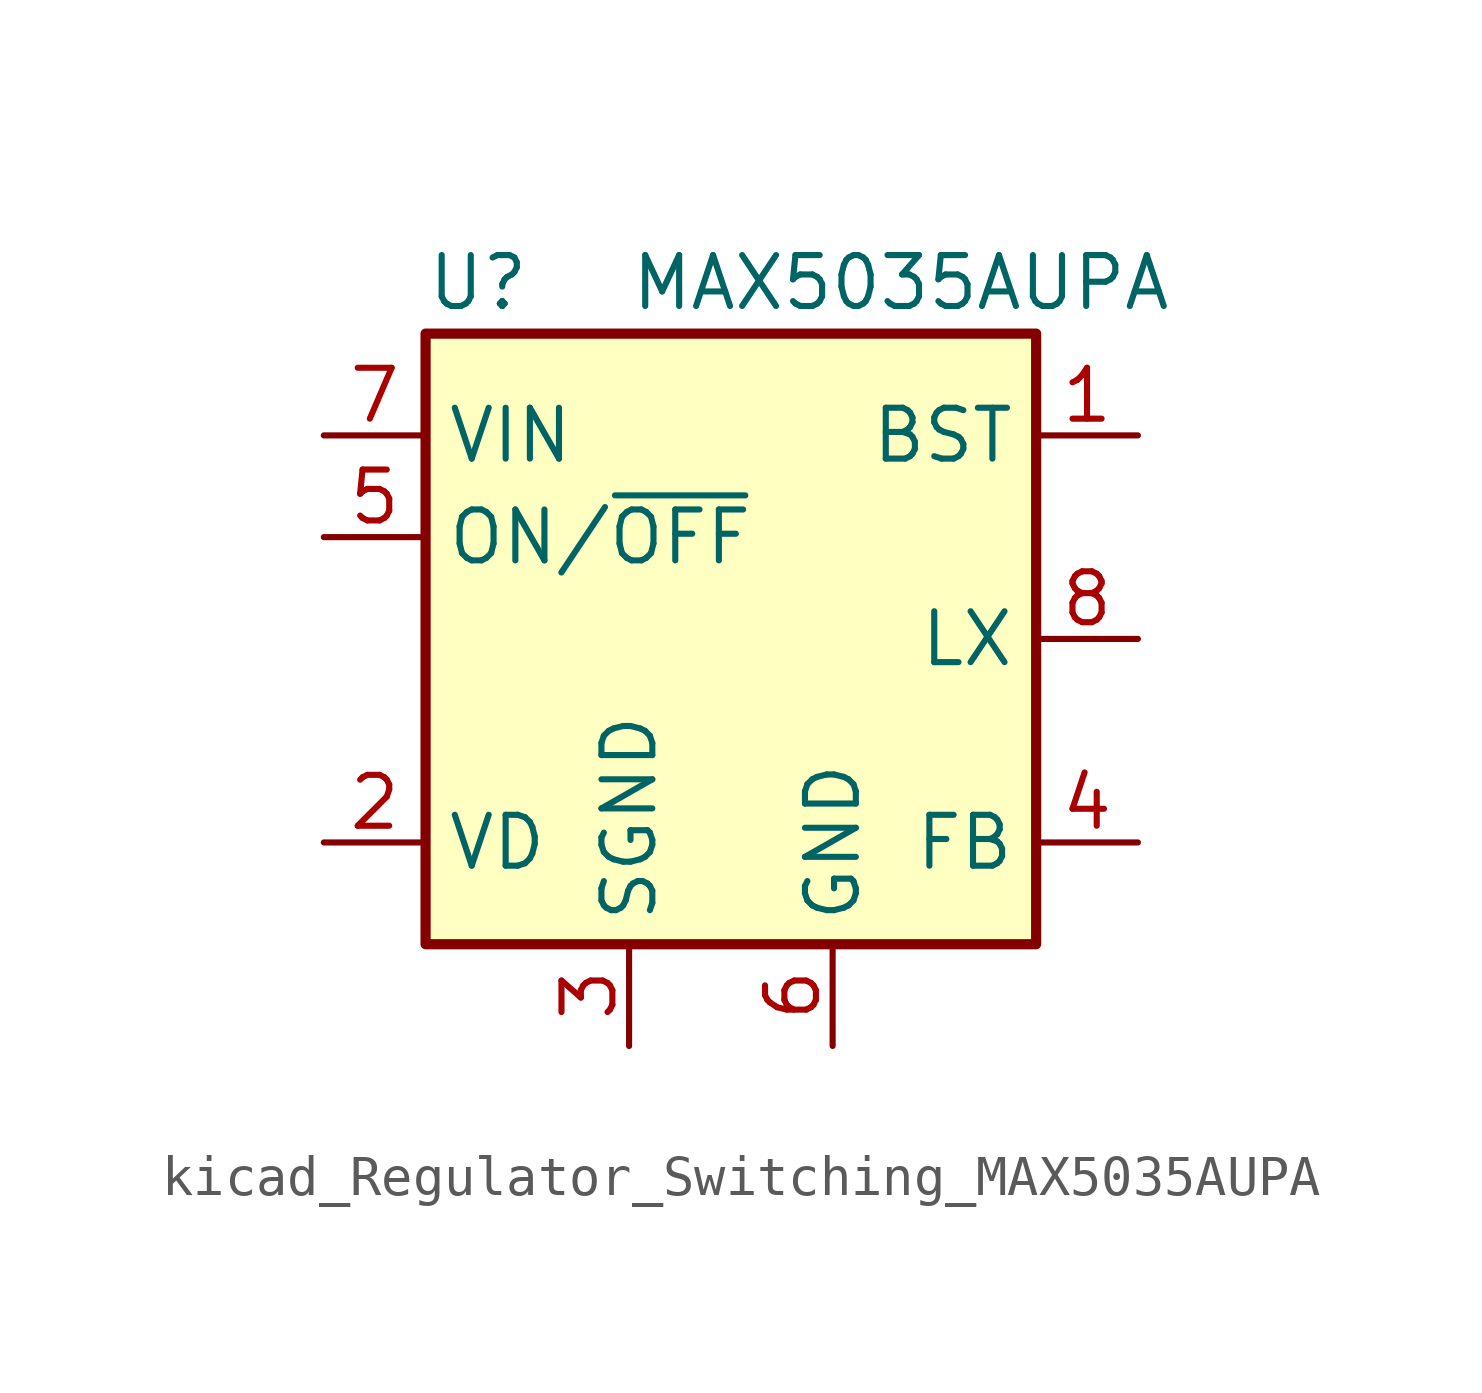
<source format=kicad_sym>
(kicad_symbol_lib
  (version 20220914)
  (generator kicad_symbol_editor)
  (symbol "kicad_Regulator_Switching_MAX5035AUPA"
    (property "Reference" "U"
      (at -7.62 8.89 0)
      (effects (font (size 1.27 1.27)) (justify left)))
    (property "Value" "MAX5035AUPA"
      (at -2.54 8.89 0)
      (effects (font (size 1.27 1.27)) (justify left)))
    (symbol "kicad_Regulator_Switching_MAX5035AUPA_0_1"
      (rectangle (start -7.62 7.62) (end 7.62 -7.62) (stroke (width 0.254) (type default)) (fill (type background))))
    (symbol "kicad_Regulator_Switching_MAX5035AUPA_1_1"
      (pin passive line (at 10.16 5.08 180) (length 2.54) (name "BST" (effects (font (size 1.27 1.27)))) (number "1" (effects (font (size 1.27 1.27)))))
      (pin passive line (at -10.16 -5.08 0) (length 2.54) (name "VD" (effects (font (size 1.27 1.27)))) (number "2" (effects (font (size 1.27 1.27)))))
      (pin power_in line (at -2.54 -10.16 90) (length 2.54) (name "SGND" (effects (font (size 1.27 1.27)))) (number "3" (effects (font (size 1.27 1.27)))))
      (pin input line (at 10.16 -5.08 180) (length 2.54) (name "FB" (effects (font (size 1.27 1.27)))) (number "4" (effects (font (size 1.27 1.27)))))
      (pin input line (at -10.16 2.54 0) (length 2.54) (name "ON/~{OFF}" (effects (font (size 1.27 1.27)))) (number "5" (effects (font (size 1.27 1.27)))))
      (pin power_in line (at 2.54 -10.16 90) (length 2.54) (name "GND" (effects (font (size 1.27 1.27)))) (number "6" (effects (font (size 1.27 1.27)))))
      (pin power_in line (at -10.16 5.08 0) (length 2.54) (name "VIN" (effects (font (size 1.27 1.27)))) (number "7" (effects (font (size 1.27 1.27)))))
      (pin output line (at 10.16 0 180) (length 2.54) (name "LX" (effects (font (size 1.27 1.27)))) (number "8" (effects (font (size 1.27 1.27))))))))
</source>
